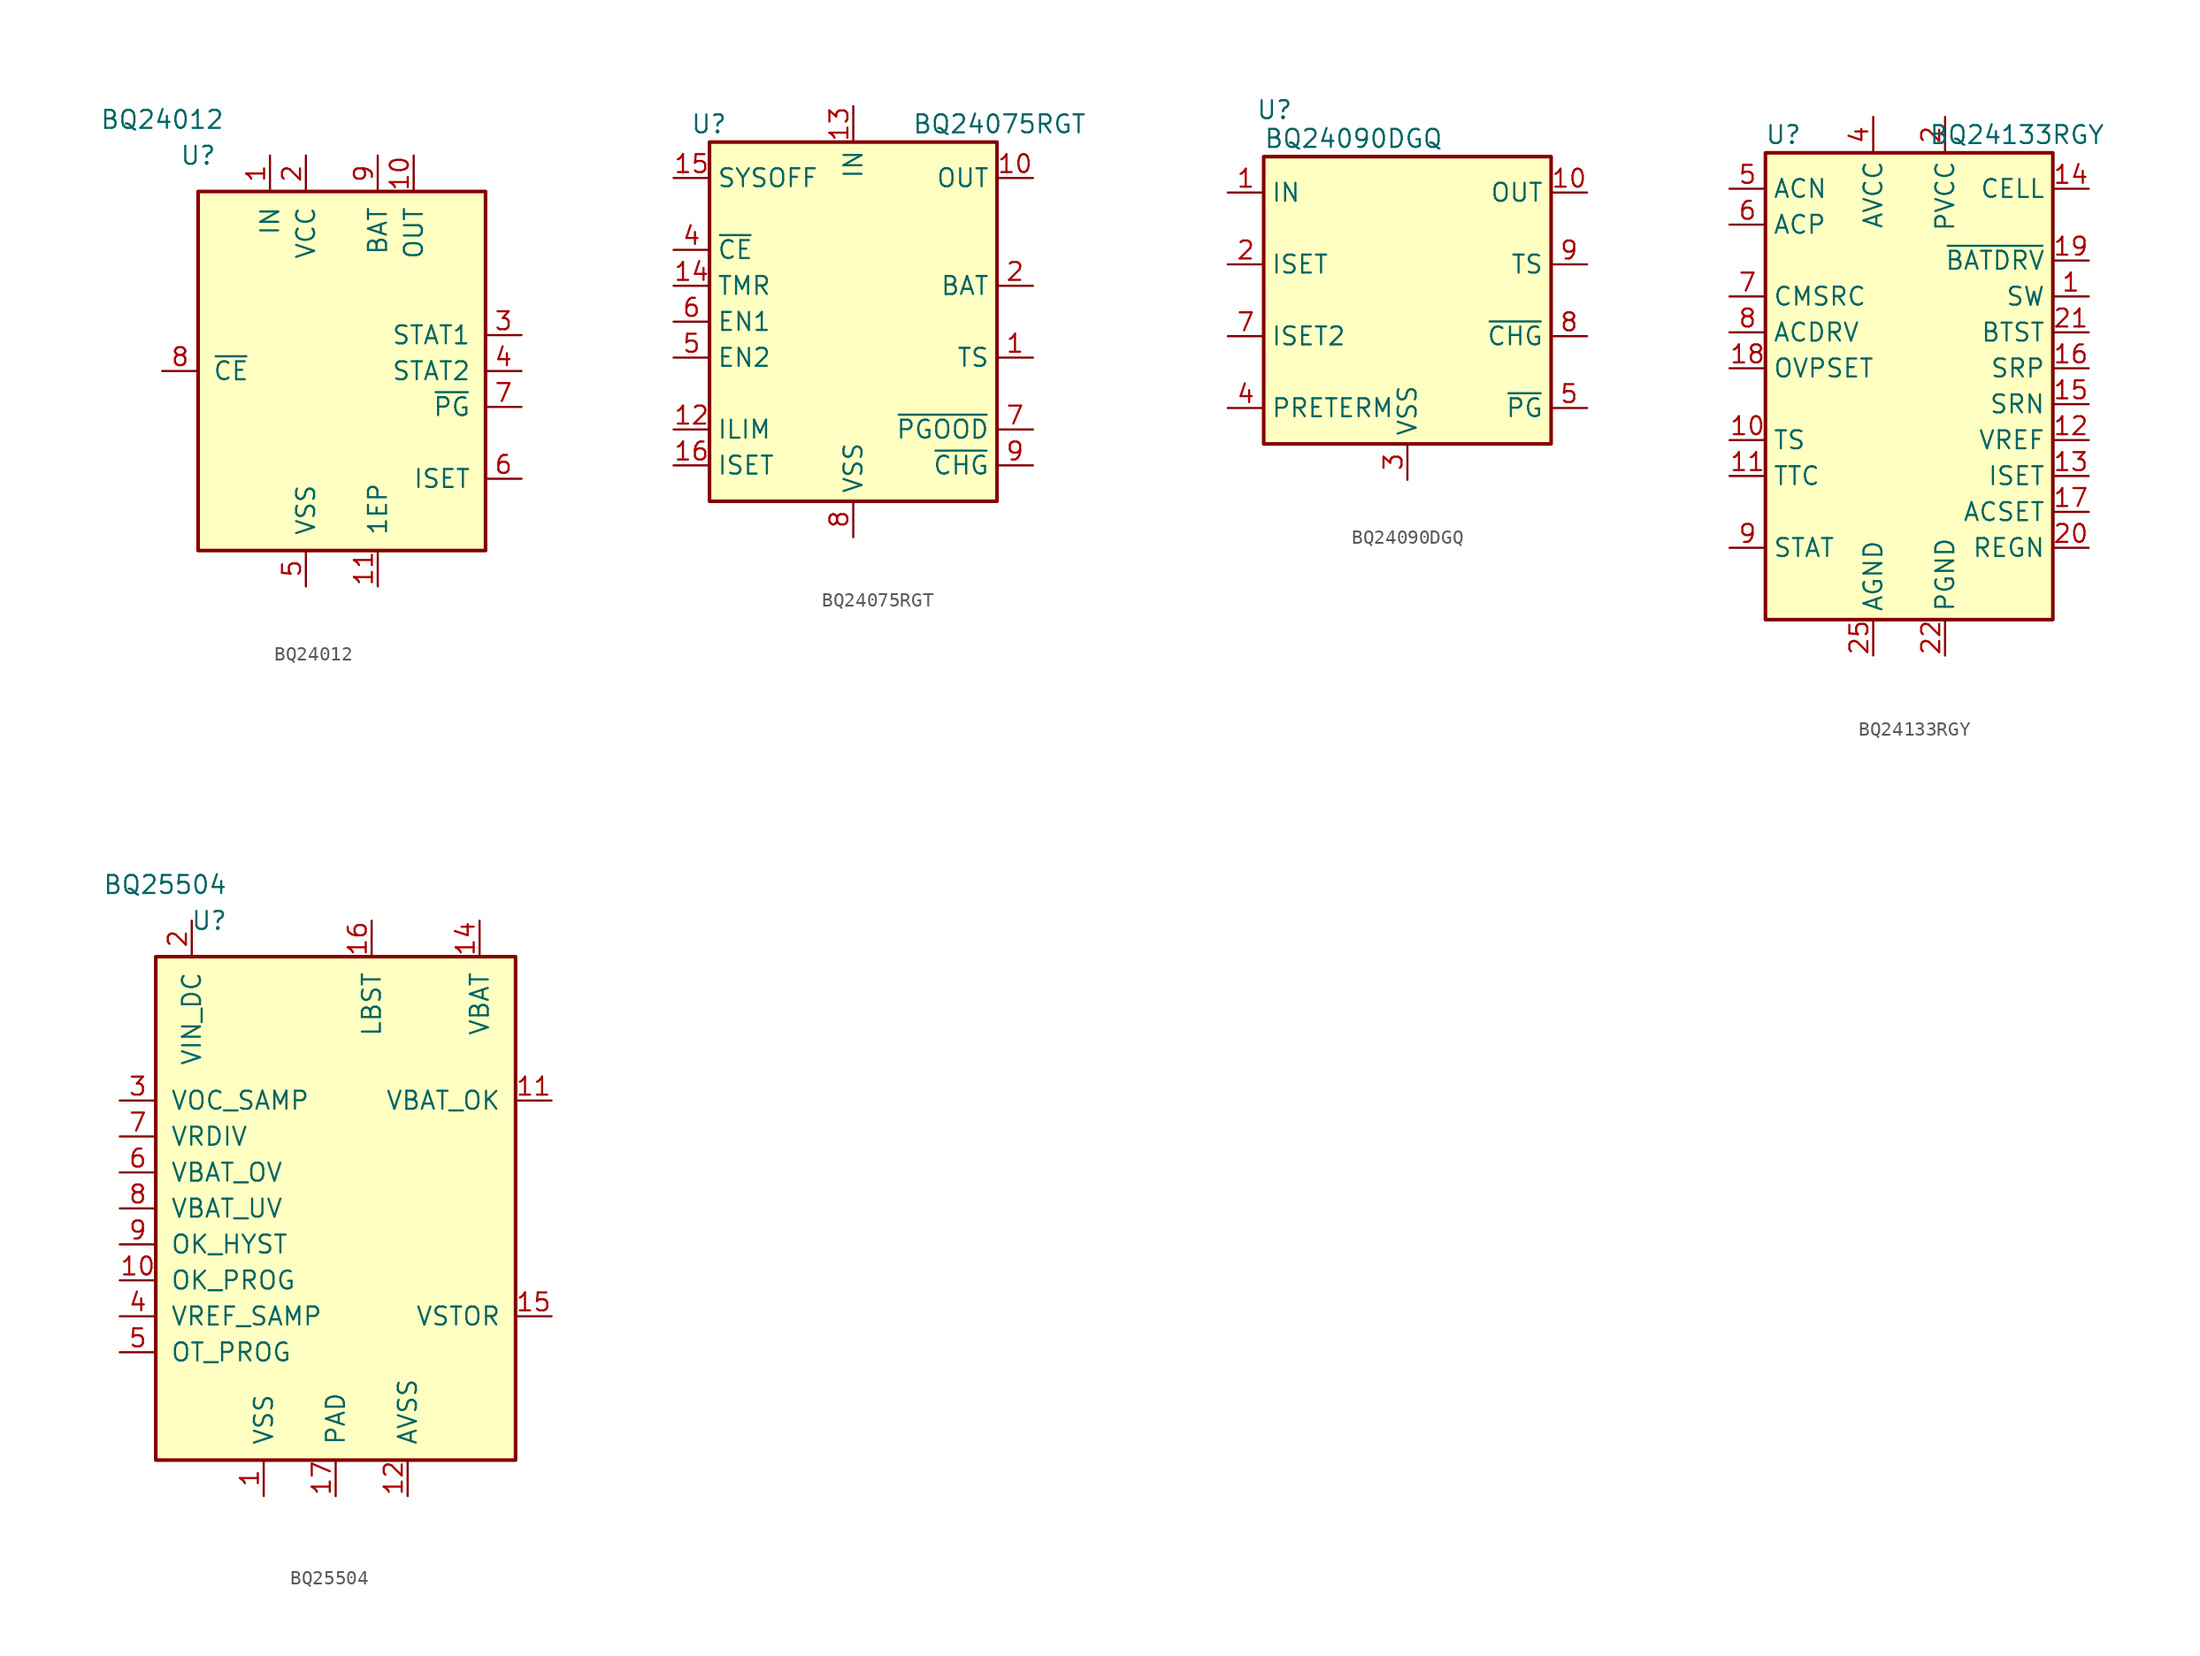
<source format=kicad_sym>
(kicad_symbol_lib
  (version 20201005)
  (generator kicad_symbol_editor)
  (symbol "Battery_Management:BQ24012"
    (pin_names
      (offset 1.016))
    (property "Reference" "U"
      (at -10.16 15.24 0)
      (effects (font (size 1.27 1.27))))
    (property "Value" "BQ24012"
      (at -12.7 17.78 0)
      (effects (font (size 1.27 1.27))))
    (symbol "BQ24012_0_1"
      (rectangle (start -10.16 12.7) (end 10.16 -12.7) (stroke (width 0.254)) (fill (type background))))
    (symbol "BQ24012_1_1"
      (pin power_in line (at -5.08 15.24 270) (length 2.54) (name "IN" (effects (font (size 1.27 1.27)))) (number "1" (effects (font (size 1.27 1.27)))))
      (pin power_out line (at 5.08 15.24 270) (length 2.54) (name "OUT" (effects (font (size 1.27 1.27)))) (number "10" (effects (font (size 1.27 1.27)))))
      (pin passive line (at 2.54 -15.24 90) (length 2.54) (name "1EP" (effects (font (size 1.27 1.27)))) (number "11" (effects (font (size 1.27 1.27)))))
      (pin power_in line (at -2.54 15.24 270) (length 2.54) (name "VCC" (effects (font (size 1.27 1.27)))) (number "2" (effects (font (size 1.27 1.27)))))
      (pin open_collector line (at 12.7 2.54 180) (length 2.54) (name "STAT1" (effects (font (size 1.27 1.27)))) (number "3" (effects (font (size 1.27 1.27)))))
      (pin open_collector line (at 12.7 0 180) (length 2.54) (name "STAT2" (effects (font (size 1.27 1.27)))) (number "4" (effects (font (size 1.27 1.27)))))
      (pin power_in line (at -2.54 -15.24 90) (length 2.54) (name "VSS" (effects (font (size 1.27 1.27)))) (number "5" (effects (font (size 1.27 1.27)))))
      (pin output line (at 12.7 -7.62 180) (length 2.54) (name "ISET" (effects (font (size 1.27 1.27)))) (number "6" (effects (font (size 1.27 1.27)))))
      (pin open_collector line (at 12.7 -2.54 180) (length 2.54) (name "~PG" (effects (font (size 1.27 1.27)))) (number "7" (effects (font (size 1.27 1.27)))))
      (pin input line (at -12.7 0 0) (length 2.54) (name "~CE" (effects (font (size 1.27 1.27)))) (number "8" (effects (font (size 1.27 1.27)))))
      (pin input line (at 2.54 15.24 270) (length 2.54) (name "BAT" (effects (font (size 1.27 1.27)))) (number "9" (effects (font (size 1.27 1.27)))))))
  (symbol "Battery_Management:BQ24075RGT"
    (property "Reference" "U"
      (at -8.89 13.97 0)
      (effects (font (size 1.27 1.27)) (justify right)))
    (property "Value" "BQ24075RGT"
      (at 16.51 13.97 0)
      (effects (font (size 1.27 1.27)) (justify right)))
    (symbol "BQ24075RGT_0_1"
      (rectangle (start -10.16 12.7) (end 10.16 -12.7) (stroke (width 0.254)) (fill (type background))))
    (symbol "BQ24075RGT_1_1"
      (pin passive line (at 12.7 -2.54 180) (length 2.54) (name "TS" (effects (font (size 1.27 1.27)))) (number "1" (effects (font (size 1.27 1.27)))))
      (pin power_out line (at 12.7 10.16 180) (length 2.54) (name "OUT" (effects (font (size 1.27 1.27)))) (number "10" (effects (font (size 1.27 1.27)))))
      (pin passive line (at 12.7 10.16 180) (length 2.54) hide (name "OUT" (effects (font (size 1.27 1.27)))) (number "11" (effects (font (size 1.27 1.27)))))
      (pin passive line (at -12.7 -7.62 0) (length 2.54) (name "ILIM" (effects (font (size 1.27 1.27)))) (number "12" (effects (font (size 1.27 1.27)))))
      (pin power_in line (at 0 15.24 270) (length 2.54) (name "IN" (effects (font (size 1.27 1.27)))) (number "13" (effects (font (size 1.27 1.27)))))
      (pin input line (at -12.7 2.54 0) (length 2.54) (name "TMR" (effects (font (size 1.27 1.27)))) (number "14" (effects (font (size 1.27 1.27)))))
      (pin input line (at -12.7 10.16 0) (length 2.54) (name "SYSOFF" (effects (font (size 1.27 1.27)))) (number "15" (effects (font (size 1.27 1.27)))))
      (pin passive line (at -12.7 -10.16 0) (length 2.54) (name "ISET" (effects (font (size 1.27 1.27)))) (number "16" (effects (font (size 1.27 1.27)))))
      (pin passive line (at 0 -15.24 90) (length 2.54) hide (name "VSS" (effects (font (size 1.27 1.27)))) (number "17" (effects (font (size 1.27 1.27)))))
      (pin power_out line (at 12.7 2.54 180) (length 2.54) (name "BAT" (effects (font (size 1.27 1.27)))) (number "2" (effects (font (size 1.27 1.27)))))
      (pin passive line (at 12.7 2.54 180) (length 2.54) hide (name "BAT" (effects (font (size 1.27 1.27)))) (number "3" (effects (font (size 1.27 1.27)))))
      (pin input line (at -12.7 5.08 0) (length 2.54) (name "~CE" (effects (font (size 1.27 1.27)))) (number "4" (effects (font (size 1.27 1.27)))))
      (pin input line (at -12.7 -2.54 0) (length 2.54) (name "EN2" (effects (font (size 1.27 1.27)))) (number "5" (effects (font (size 1.27 1.27)))))
      (pin input line (at -12.7 0 0) (length 2.54) (name "EN1" (effects (font (size 1.27 1.27)))) (number "6" (effects (font (size 1.27 1.27)))))
      (pin open_collector line (at 12.7 -7.62 180) (length 2.54) (name "~PGOOD" (effects (font (size 1.27 1.27)))) (number "7" (effects (font (size 1.27 1.27)))))
      (pin power_in line (at 0 -15.24 90) (length 2.54) (name "VSS" (effects (font (size 1.27 1.27)))) (number "8" (effects (font (size 1.27 1.27)))))
      (pin open_collector line (at 12.7 -10.16 180) (length 2.54) (name "~CHG" (effects (font (size 1.27 1.27)))) (number "9" (effects (font (size 1.27 1.27)))))))
  (symbol "Battery_Management:BQ24090DGQ"
    (property "Reference" "U"
      (at -9.398 13.462 0)
      (effects (font (size 1.27 1.27))))
    (property "Value" "BQ24090DGQ"
      (at -3.81 11.43 0)
      (effects (font (size 1.27 1.27))))
    (symbol "BQ24090DGQ_0_1"
      (rectangle (start -10.16 10.16) (end 10.16 -10.16) (stroke (width 0.254)) (fill (type background))))
    (symbol "BQ24090DGQ_1_1"
      (pin power_in line (at -12.7 7.62 0) (length 2.54) (name "IN" (effects (font (size 1.27 1.27)))) (number "1" (effects (font (size 1.27 1.27)))))
      (pin power_out line (at 12.7 7.62 180) (length 2.54) (name "OUT" (effects (font (size 1.27 1.27)))) (number "10" (effects (font (size 1.27 1.27)))))
      (pin passive line (at 0 -12.7 90) (length 2.54) hide (name "VSS" (effects (font (size 1.27 1.27)))) (number "11" (effects (font (size 1.27 1.27)))))
      (pin passive line (at -12.7 2.54 0) (length 2.54) (name "ISET" (effects (font (size 1.27 1.27)))) (number "2" (effects (font (size 1.27 1.27)))))
      (pin power_in line (at 0 -12.7 90) (length 2.54) (name "VSS" (effects (font (size 1.27 1.27)))) (number "3" (effects (font (size 1.27 1.27)))))
      (pin passive line (at -12.7 -7.62 0) (length 2.54) (name "PRETERM" (effects (font (size 1.27 1.27)))) (number "4" (effects (font (size 1.27 1.27)))))
      (pin open_collector line (at 12.7 -7.62 180) (length 2.54) (name "~PG" (effects (font (size 1.27 1.27)))) (number "5" (effects (font (size 1.27 1.27)))))
      (pin no_connect line (at 5.08 -10.16 90) (length 2.54) hide (name "NC" (effects (font (size 1.27 1.27)))) (number "6" (effects (font (size 1.27 1.27)))))
      (pin passive line (at -12.7 -2.54 0) (length 2.54) (name "ISET2" (effects (font (size 1.27 1.27)))) (number "7" (effects (font (size 1.27 1.27)))))
      (pin open_collector line (at 12.7 -2.54 180) (length 2.54) (name "~CHG" (effects (font (size 1.27 1.27)))) (number "8" (effects (font (size 1.27 1.27)))))
      (pin passive line (at 12.7 2.54 180) (length 2.54) (name "TS" (effects (font (size 1.27 1.27)))) (number "9" (effects (font (size 1.27 1.27)))))))
  (symbol "Battery_Management:BQ24133RGY"
    (property "Reference" "U"
      (at -8.89 19.05 0)
      (effects (font (size 1.27 1.27))))
    (property "Value" "BQ24133RGY"
      (at 7.62 19.05 0)
      (effects (font (size 1.27 1.27))))
    (symbol "BQ24133RGY_0_1"
      (rectangle (start -10.16 -15.24) (end 10.16 17.78) (stroke (width 0.254)) (fill (type background))))
    (symbol "BQ24133RGY_1_1"
      (pin power_out line (at 12.7 7.62 180) (length 2.54) (name "SW" (effects (font (size 1.27 1.27)))) (number "1" (effects (font (size 1.27 1.27)))))
      (pin input line (at -12.7 -2.54 0) (length 2.54) (name "TS" (effects (font (size 1.27 1.27)))) (number "10" (effects (font (size 1.27 1.27)))))
      (pin passive line (at -12.7 -5.08 0) (length 2.54) (name "TTC" (effects (font (size 1.27 1.27)))) (number "11" (effects (font (size 1.27 1.27)))))
      (pin power_out line (at 12.7 -2.54 180) (length 2.54) (name "VREF" (effects (font (size 1.27 1.27)))) (number "12" (effects (font (size 1.27 1.27)))))
      (pin input line (at 12.7 -5.08 180) (length 2.54) (name "ISET" (effects (font (size 1.27 1.27)))) (number "13" (effects (font (size 1.27 1.27)))))
      (pin passive line (at 12.7 15.24 180) (length 2.54) (name "CELL" (effects (font (size 1.27 1.27)))) (number "14" (effects (font (size 1.27 1.27)))))
      (pin input line (at 12.7 0 180) (length 2.54) (name "SRN" (effects (font (size 1.27 1.27)))) (number "15" (effects (font (size 1.27 1.27)))))
      (pin input line (at 12.7 2.54 180) (length 2.54) (name "SRP" (effects (font (size 1.27 1.27)))) (number "16" (effects (font (size 1.27 1.27)))))
      (pin input line (at 12.7 -7.62 180) (length 2.54) (name "ACSET" (effects (font (size 1.27 1.27)))) (number "17" (effects (font (size 1.27 1.27)))))
      (pin input line (at -12.7 2.54 0) (length 2.54) (name "OVPSET" (effects (font (size 1.27 1.27)))) (number "18" (effects (font (size 1.27 1.27)))))
      (pin output line (at 12.7 10.16 180) (length 2.54) (name "~BATDRV" (effects (font (size 1.27 1.27)))) (number "19" (effects (font (size 1.27 1.27)))))
      (pin power_in line (at 2.54 20.32 270) (length 2.54) (name "PVCC" (effects (font (size 1.27 1.27)))) (number "2" (effects (font (size 1.27 1.27)))))
      (pin passive line (at 12.7 -10.16 180) (length 2.54) (name "REGN" (effects (font (size 1.27 1.27)))) (number "20" (effects (font (size 1.27 1.27)))))
      (pin passive line (at 12.7 5.08 180) (length 2.54) (name "BTST" (effects (font (size 1.27 1.27)))) (number "21" (effects (font (size 1.27 1.27)))))
      (pin power_in line (at 2.54 -17.78 90) (length 2.54) (name "PGND" (effects (font (size 1.27 1.27)))) (number "22" (effects (font (size 1.27 1.27)))))
      (pin passive line (at 2.54 -17.78 90) (length 2.54) hide (name "PGND" (effects (font (size 1.27 1.27)))) (number "23" (effects (font (size 1.27 1.27)))))
      (pin passive line (at 12.7 7.62 180) (length 2.54) hide (name "SW" (effects (font (size 1.27 1.27)))) (number "24" (effects (font (size 1.27 1.27)))))
      (pin power_in line (at -2.54 -17.78 90) (length 2.54) (name "AGND" (effects (font (size 1.27 1.27)))) (number "25" (effects (font (size 1.27 1.27)))))
      (pin passive line (at 2.54 20.32 270) (length 2.54) hide (name "PVCC" (effects (font (size 1.27 1.27)))) (number "3" (effects (font (size 1.27 1.27)))))
      (pin power_in line (at -2.54 20.32 270) (length 2.54) (name "AVCC" (effects (font (size 1.27 1.27)))) (number "4" (effects (font (size 1.27 1.27)))))
      (pin input line (at -12.7 15.24 0) (length 2.54) (name "ACN" (effects (font (size 1.27 1.27)))) (number "5" (effects (font (size 1.27 1.27)))))
      (pin input line (at -12.7 12.7 0) (length 2.54) (name "ACP" (effects (font (size 1.27 1.27)))) (number "6" (effects (font (size 1.27 1.27)))))
      (pin output line (at -12.7 7.62 0) (length 2.54) (name "CMSRC" (effects (font (size 1.27 1.27)))) (number "7" (effects (font (size 1.27 1.27)))))
      (pin output line (at -12.7 5.08 0) (length 2.54) (name "ACDRV" (effects (font (size 1.27 1.27)))) (number "8" (effects (font (size 1.27 1.27)))))
      (pin open_collector line (at -12.7 -10.16 0) (length 2.54) (name "STAT" (effects (font (size 1.27 1.27)))) (number "9" (effects (font (size 1.27 1.27)))))))
  (symbol "Battery_Management:BQ25504"
    (pin_names
      (offset 1.016))
    (property "Reference" "U"
      (at -7.62 20.32 0)
      (effects (font (size 1.27 1.27)) (justify right)))
    (property "Value" "BQ25504"
      (at -7.62 22.86 0)
      (effects (font (size 1.27 1.27)) (justify right)))
    (symbol "BQ25504_0_1"
      (rectangle (start -12.7 17.78) (end 12.7 -17.78) (stroke (width 0.254)) (fill (type background))))
    (symbol "BQ25504_1_1"
      (pin power_in line (at -5.08 -20.32 90) (length 2.54) (name "VSS" (effects (font (size 1.27 1.27)))) (number "1" (effects (font (size 1.27 1.27)))))
      (pin input line (at -15.24 -5.08 0) (length 2.54) (name "OK_PROG" (effects (font (size 1.27 1.27)))) (number "10" (effects (font (size 1.27 1.27)))))
      (pin output line (at 15.24 7.62 180) (length 2.54) (name "VBAT_OK" (effects (font (size 1.27 1.27)))) (number "11" (effects (font (size 1.27 1.27)))))
      (pin power_in line (at 5.08 -20.32 90) (length 2.54) (name "AVSS" (effects (font (size 1.27 1.27)))) (number "12" (effects (font (size 1.27 1.27)))))
      (pin passive line (at -5.08 -20.32 90) (length 2.54) hide (name "VSS" (effects (font (size 1.27 1.27)))) (number "13" (effects (font (size 1.27 1.27)))))
      (pin power_out line (at 10.16 20.32 270) (length 2.54) (name "VBAT" (effects (font (size 1.27 1.27)))) (number "14" (effects (font (size 1.27 1.27)))))
      (pin bidirectional line (at 15.24 -7.62 180) (length 2.54) (name "VSTOR" (effects (font (size 1.27 1.27)))) (number "15" (effects (font (size 1.27 1.27)))))
      (pin bidirectional line (at 2.54 20.32 270) (length 2.54) (name "LBST" (effects (font (size 1.27 1.27)))) (number "16" (effects (font (size 1.27 1.27)))))
      (pin passive line (at 0 -20.32 90) (length 2.54) (name "PAD" (effects (font (size 1.27 1.27)))) (number "17" (effects (font (size 1.27 1.27)))))
      (pin power_in line (at -10.16 20.32 270) (length 2.54) (name "VIN_DC" (effects (font (size 1.27 1.27)))) (number "2" (effects (font (size 1.27 1.27)))))
      (pin input line (at -15.24 7.62 0) (length 2.54) (name "VOC_SAMP" (effects (font (size 1.27 1.27)))) (number "3" (effects (font (size 1.27 1.27)))))
      (pin bidirectional line (at -15.24 -7.62 0) (length 2.54) (name "VREF_SAMP" (effects (font (size 1.27 1.27)))) (number "4" (effects (font (size 1.27 1.27)))))
      (pin input line (at -15.24 -10.16 0) (length 2.54) (name "OT_PROG" (effects (font (size 1.27 1.27)))) (number "5" (effects (font (size 1.27 1.27)))))
      (pin input line (at -15.24 2.54 0) (length 2.54) (name "VBAT_OV" (effects (font (size 1.27 1.27)))) (number "6" (effects (font (size 1.27 1.27)))))
      (pin output line (at -15.24 5.08 0) (length 2.54) (name "VRDIV" (effects (font (size 1.27 1.27)))) (number "7" (effects (font (size 1.27 1.27)))))
      (pin input line (at -15.24 0 0) (length 2.54) (name "VBAT_UV" (effects (font (size 1.27 1.27)))) (number "8" (effects (font (size 1.27 1.27)))))
      (pin input line (at -15.24 -2.54 0) (length 2.54) (name "OK_HYST" (effects (font (size 1.27 1.27)))) (number "9" (effects (font (size 1.27 1.27))))))))
</source>
